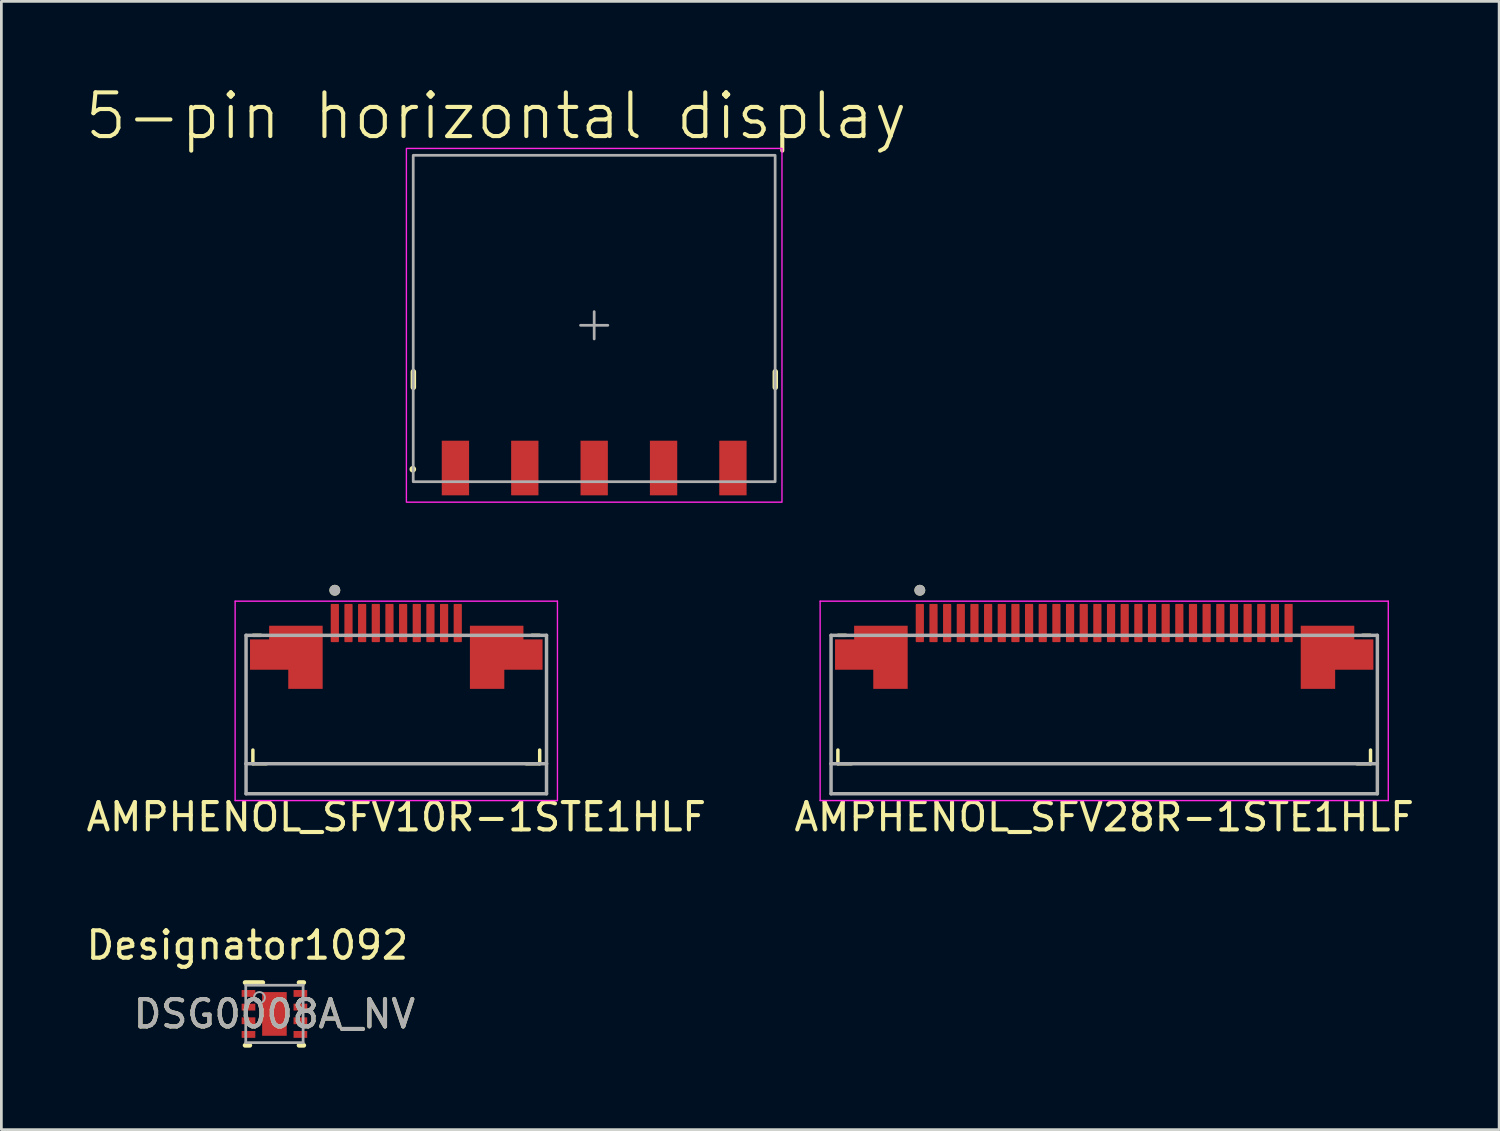
<source format=kicad_pcb>
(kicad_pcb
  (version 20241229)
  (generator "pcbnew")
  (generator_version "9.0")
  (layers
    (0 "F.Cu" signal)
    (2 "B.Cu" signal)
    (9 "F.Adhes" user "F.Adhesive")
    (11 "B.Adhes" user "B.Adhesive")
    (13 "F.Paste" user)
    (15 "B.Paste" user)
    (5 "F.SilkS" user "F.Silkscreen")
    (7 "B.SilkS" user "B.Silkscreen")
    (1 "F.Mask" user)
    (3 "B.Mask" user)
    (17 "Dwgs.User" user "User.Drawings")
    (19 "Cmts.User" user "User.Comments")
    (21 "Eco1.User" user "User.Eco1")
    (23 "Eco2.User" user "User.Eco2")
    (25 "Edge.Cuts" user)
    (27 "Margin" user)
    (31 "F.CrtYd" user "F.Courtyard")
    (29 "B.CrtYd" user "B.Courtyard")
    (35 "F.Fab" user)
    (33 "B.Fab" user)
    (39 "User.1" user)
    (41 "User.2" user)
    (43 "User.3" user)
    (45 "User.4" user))
  (footprint "DSG0008A_NV"
    (layer "F.Cu")
    (at 6.997 34.07)
    (property "Reference" "DSG0008A_NV" (at 0 0 0) (unlocked yes) (layer "F.SilkS") (effects (font (size 1 1) (thickness 0.15))))
    (attr smd)
    (fp_line (start -1.075 -1.15) (end -0.425 -1.15) (stroke (width 0.17) (type solid)) (layer "F.SilkS"))
    (fp_line (start -1.075 1.15) (end -0.9 1.15) (stroke (width 0.17) (type solid)) (layer "F.SilkS"))
    (fp_line (start 0.9 -1.15) (end 1.075 -1.15) (stroke (width 0.17) (type solid)) (layer "F.SilkS"))
    (fp_line (start 0.9 1.15) (end 1.075 1.15) (stroke (width 0.17) (type solid)) (layer "F.SilkS"))
    (fp_poly (pts (xy -0.45 -0.149) (xy -0.45 -0.751) (xy -0.449 -0.761) (xy -0.446 -0.77) (xy -0.442 -0.778) (xy -0.436 -0.786) (xy -0.428 -0.792) (xy -0.42 -0.796) (xy -0.411 -0.799) (xy -0.401 -0.8) (xy 0.401 -0.8) (xy 0.411 -0.799) (xy 0.42 -0.796) (xy 0.428 -0.792) (xy 0.436 -0.786) (xy 0.442 -0.778) (xy 0.446 -0.77) (xy 0.449 -0.761) (xy 0.45 -0.751) (xy 0.45 -0.149) (xy 0.449 -0.139) (xy 0.446 -0.13) (xy 0.442 -0.122) (xy 0.436 -0.114) (xy 0.428 -0.108) (xy 0.42 -0.104) (xy 0.411 -0.101) (xy 0.401 -0.1) (xy -0.401 -0.1) (xy -0.411 -0.101) (xy -0.42 -0.104) (xy -0.428 -0.108) (xy -0.436 -0.114) (xy -0.442 -0.122) (xy -0.446 -0.13) (xy -0.449 -0.139)) (stroke (width 0) (type solid)) (fill yes) (layer "F.Paste"))
    (fp_poly (pts (xy -0.45 0.751) (xy -0.45 0.149) (xy -0.449 0.139) (xy -0.446 0.13) (xy -0.442 0.122) (xy -0.436 0.114) (xy -0.428 0.108) (xy -0.42 0.104) (xy -0.411 0.101) (xy -0.401 0.1) (xy 0.401 0.1) (xy 0.411 0.101) (xy 0.42 0.104) (xy 0.428 0.108) (xy 0.436 0.114) (xy 0.442 0.122) (xy 0.446 0.13) (xy 0.449 0.139) (xy 0.45 0.149) (xy 0.45 0.751) (xy 0.449 0.761) (xy 0.446 0.77) (xy 0.442 0.778) (xy 0.436 0.786) (xy 0.428 0.792) (xy 0.42 0.796) (xy 0.411 0.799) (xy 0.401 0.8) (xy -0.401 0.8) (xy -0.411 0.799) (xy -0.42 0.796) (xy -0.428 0.792) (xy -0.436 0.786) (xy -0.442 0.778) (xy -0.446 0.77) (xy -0.449 0.761)) (stroke (width 0) (type solid)) (fill yes) (layer "F.Paste"))
    (fp_line (start -1.05 -1.05) (end 1.05 -1.05) (stroke (width 0.1) (type solid)) (layer "F.Fab"))
    (fp_line (start -1.05 1.05) (end -1.05 -1.05) (stroke (width 0.1) (type solid)) (layer "F.Fab"))
    (fp_line (start -1.05 1.05) (end 1.05 1.05) (stroke (width 0.1) (type solid)) (layer "F.Fab"))
    (fp_line (start 1.05 1.05) (end 1.05 -1.05) (stroke (width 0.1) (type solid)) (layer "F.Fab"))
    (fp_circle (center -0.55 -0.6) (end -0.35 -0.6) (stroke (width 0.07) (type solid)) (fill no) (layer "F.Fab"))
    (fp_text user "Designator1092" (at -0.991 -2.515 0) (unlocked yes) (layer "F.SilkS") (effects (font (size 1 1) (thickness 0.15))))
    (fp_text user "${REFERENCE}" (at 0 0 0) (unlocked yes) (layer "F.Fab") (effects (font (size 1 1) (thickness 0.15))))
    (pad "1" smd rect (at -0.95 -0.75 90) (size 0.25 0.5) (layers "F.Cu" "F.Mask" "F.Paste"))
    (pad "2" smd rect (at -0.95 -0.25 90) (size 0.25 0.5) (layers "F.Cu" "F.Mask" "F.Paste"))
    (pad "3" smd rect (at -0.95 0.25 90) (size 0.25 0.5) (layers "F.Cu" "F.Mask" "F.Paste"))
    (pad "4" smd rect (at -0.95 0.75 90) (size 0.25 0.5) (layers "F.Cu" "F.Mask" "F.Paste"))
    (pad "5" smd rect (at 0.95 0.75 90) (size 0.25 0.5) (layers "F.Cu" "F.Mask" "F.Paste"))
    (pad "6" smd rect (at 0.95 0.25 90) (size 0.25 0.5) (layers "F.Cu" "F.Mask" "F.Paste"))
    (pad "7" smd rect (at 0.95 -0.25 90) (size 0.25 0.5) (layers "F.Cu" "F.Mask" "F.Paste"))
    (pad "8" smd rect (at 0.95 -0.75 90) (size 0.25 0.5) (layers "F.Cu" "F.Mask" "F.Paste"))
    (pad "9" smd rect (at 0 0) (size 0.9 1.6) (layers "F.Cu" "F.Mask" "F.Paste")))
  (footprint "AMPHENOL_SFV10R-1STE1HLF"
    (layer "F.Cu")
    (at 11.458 22.559)
    (property "Reference" "AMPHENOL_SFV10R-1STE1HLF" (at 0 4.3 0) (layer "F.SilkS") (effects (font (size 1 1) (thickness 0.15))))
    (attr smd)
    (fp_line (start -5.25 1.85) (end -5.25 2.35) (stroke (width 0.127) (type solid)) (layer "F.SilkS"))
    (fp_line (start -5.25 2.35) (end -4.75 2.35) (stroke (width 0.127) (type solid)) (layer "F.SilkS"))
    (fp_line (start -4.96 -2.35) (end -5.24 -2.35) (stroke (width 0.127) (type solid)) (layer "F.SilkS"))
    (fp_line (start 5.24 -2.35) (end 4.96 -2.35) (stroke (width 0.127) (type solid)) (layer "F.SilkS"))
    (fp_line (start 5.25 2.35) (end 4.75 2.35) (stroke (width 0.127) (type solid)) (layer "F.SilkS"))
    (fp_line (start 5.25 2.35) (end 5.25 1.85) (stroke (width 0.127) (type solid)) (layer "F.SilkS"))
    (fp_circle (center -2.25 -4) (end -2.15 -4) (stroke (width 0.2) (type solid)) (fill no) (layer "F.SilkS"))
    (fp_line (start -5.9 -3.6) (end -5.9 3.7) (stroke (width 0.05) (type solid)) (layer "F.CrtYd"))
    (fp_line (start -5.9 3.7) (end 5.9 3.7) (stroke (width 0.05) (type solid)) (layer "F.CrtYd"))
    (fp_line (start 5.9 -3.6) (end -5.9 -3.6) (stroke (width 0.05) (type solid)) (layer "F.CrtYd"))
    (fp_line (start 5.9 3.7) (end 5.9 -3.6) (stroke (width 0.05) (type solid)) (layer "F.CrtYd"))
    (fp_line (start -5.5 -2.35) (end -5.5 2.35) (stroke (width 0.127) (type solid)) (layer "F.Fab"))
    (fp_line (start -5.5 2.35) (end -5.5 3.45) (stroke (width 0.127) (type solid)) (layer "F.Fab"))
    (fp_line (start -5.5 2.35) (end 5.5 2.35) (stroke (width 0.127) (type solid)) (layer "F.Fab"))
    (fp_line (start -5.5 3.45) (end 5.5 3.45) (stroke (width 0.127) (type solid)) (layer "F.Fab"))
    (fp_line (start 5.5 -2.35) (end -5.5 -2.35) (stroke (width 0.127) (type solid)) (layer "F.Fab"))
    (fp_line (start 5.5 2.35) (end 5.5 -2.35) (stroke (width 0.127) (type solid)) (layer "F.Fab"))
    (fp_line (start 5.5 3.45) (end 5.5 2.35) (stroke (width 0.127) (type solid)) (layer "F.Fab"))
    (fp_circle (center -2.25 -4) (end -2.15 -4) (stroke (width 0.2) (type solid)) (fill no) (layer "F.Fab"))
    (pad "1" smd roundrect (at -2.25 -2.8) (size 0.3 1.4) (layers "F.Cu" "F.Mask" "F.Paste") (roundrect_rratio 0.1))
    (pad "2" smd roundrect (at -1.75 -2.8) (size 0.3 1.4) (layers "F.Cu" "F.Mask" "F.Paste") (roundrect_rratio 0.1))
    (pad "3" smd roundrect (at -1.25 -2.8) (size 0.3 1.4) (layers "F.Cu" "F.Mask" "F.Paste") (roundrect_rratio 0.1))
    (pad "4" smd roundrect (at -0.75 -2.8) (size 0.3 1.4) (layers "F.Cu" "F.Mask" "F.Paste") (roundrect_rratio 0.1))
    (pad "5" smd roundrect (at -0.25 -2.8) (size 0.3 1.4) (layers "F.Cu" "F.Mask" "F.Paste") (roundrect_rratio 0.1))
    (pad "6" smd roundrect (at 0.25 -2.8) (size 0.3 1.4) (layers "F.Cu" "F.Mask" "F.Paste") (roundrect_rratio 0.1))
    (pad "7" smd roundrect (at 0.75 -2.8) (size 0.3 1.4) (layers "F.Cu" "F.Mask" "F.Paste") (roundrect_rratio 0.1))
    (pad "8" smd roundrect (at 1.25 -2.8) (size 0.3 1.4) (layers "F.Cu" "F.Mask" "F.Paste") (roundrect_rratio 0.1))
    (pad "9" smd roundrect (at 1.75 -2.8) (size 0.3 1.4) (layers "F.Cu" "F.Mask" "F.Paste") (roundrect_rratio 0.1))
    (pad "10" smd roundrect (at 2.25 -2.8) (size 0.3 1.4) (layers "F.Cu" "F.Mask" "F.Paste") (roundrect_rratio 0.1))
    (pad "MP" smd custom (at -3.75 -1.895) (size 0.5 0.5) (layers "F.Cu" "F.Mask" "F.Paste") (options (anchor rect)) (primitives (gr_poly (pts (xy -1.6 -0.3) (xy -0.9 -0.3) (xy -0.9 -0.8) (xy 1.05 -0.8) (xy 1.05 1.5) (xy -0.2 1.5) (xy -0.2 0.8) (xy -1.6 0.8)) (width 0.01) (fill yes))))
    (pad "MP" smd custom (at 3.75 -1.895) (size 0.5 0.5) (layers "F.Cu" "F.Mask" "F.Paste") (options (anchor rect)) (primitives (gr_poly (pts (xy 1.6 -0.3) (xy 0.9 -0.3) (xy 0.9 -0.8) (xy -1.05 -0.8) (xy -1.05 1.5) (xy 0.2 1.5) (xy 0.2 0.8) (xy 1.6 0.8)) (width 0.01) (fill yes)))))
  (footprint "5-pin horizontal display"
    (layer "F.Cu")
    (at 18.703 8.859)
    (property "Reference" "5-pin horizontal display" (at -3.59 -7.66 0) (layer "F.SilkS") (effects (font (size 1.6 1.6) (thickness 0.15))))
    (attr smd)
    (fp_line (start -6.62 1.7) (end -6.62 2.272) (stroke (width 0.2) (type solid)) (layer "F.SilkS"))
    (fp_line (start 6.63 1.7) (end 6.63 2.272) (stroke (width 0.2) (type solid)) (layer "F.SilkS"))
    (fp_circle (center -6.64 5.27) (end -6.62 5.28) (stroke (width 0.1) (type default)) (fill no) (layer "F.SilkS"))
    (fp_rect (start -6.875 -6.475) (end 6.875 6.475) (stroke (width 0.05) (type solid)) (fill no) (layer "F.CrtYd"))
    (fp_line (start -0.5 0) (end 0.5 0) (stroke (width 0.1) (type solid)) (layer "F.Fab"))
    (fp_line (start 0 0.5) (end 0 -0.5) (stroke (width 0.1) (type solid)) (layer "F.Fab"))
    (fp_rect (start -6.625 -6.223) (end 6.625 5.727) (stroke (width 0.1) (type solid)) (fill no) (layer "F.Fab"))
    (pad "1" smd rect (at -5.08 5.225) (size 1 2) (layers "F.Cu" "F.Mask" "F.Paste"))
    (pad "2" smd rect (at -2.54 5.225) (size 1 2) (layers "F.Cu" "F.Mask" "F.Paste"))
    (pad "3" smd rect (at 0 5.225) (size 1 2) (layers "F.Cu" "F.Mask" "F.Paste"))
    (pad "4" smd rect (at 2.54 5.225) (size 1 2) (layers "F.Cu" "F.Mask" "F.Paste"))
    (pad "5" smd rect (at 5.08 5.225) (size 1 2) (layers "F.Cu" "F.Mask" "F.Paste")))
  (footprint "AMPHENOL_SFV28R-1STE1HLF"
    (layer "F.Cu")
    (at 37.375 22.559)
    (property "Reference" "AMPHENOL_SFV28R-1STE1HLF" (at 0 4.3 0) (layer "F.SilkS") (effects (font (size 1 1) (thickness 0.15))))
    (attr smd)
    (fp_line (start -9.75 1.85) (end -9.75 2.35) (stroke (width 0.127) (type solid)) (layer "F.SilkS"))
    (fp_line (start -9.75 2.35) (end -9.25 2.35) (stroke (width 0.127) (type solid)) (layer "F.SilkS"))
    (fp_line (start -9.46 -2.35) (end -9.74 -2.35) (stroke (width 0.127) (type solid)) (layer "F.SilkS"))
    (fp_line (start 9.74 -2.35) (end 9.46 -2.35) (stroke (width 0.127) (type solid)) (layer "F.SilkS"))
    (fp_line (start 9.75 2.35) (end 9.25 2.35) (stroke (width 0.127) (type solid)) (layer "F.SilkS"))
    (fp_line (start 9.75 2.35) (end 9.75 1.85) (stroke (width 0.127) (type solid)) (layer "F.SilkS"))
    (fp_circle (center -6.75 -4) (end -6.65 -4) (stroke (width 0.2) (type solid)) (fill no) (layer "F.SilkS"))
    (fp_line (start -10.4 -3.6) (end -10.4 3.7) (stroke (width 0.05) (type solid)) (layer "F.CrtYd"))
    (fp_line (start -10.4 3.7) (end 10.4 3.7) (stroke (width 0.05) (type solid)) (layer "F.CrtYd"))
    (fp_line (start 10.4 -3.6) (end -10.4 -3.6) (stroke (width 0.05) (type solid)) (layer "F.CrtYd"))
    (fp_line (start 10.4 3.7) (end 10.4 -3.6) (stroke (width 0.05) (type solid)) (layer "F.CrtYd"))
    (fp_line (start -10 -2.35) (end -10 2.35) (stroke (width 0.127) (type solid)) (layer "F.Fab"))
    (fp_line (start -10 2.35) (end -10 3.45) (stroke (width 0.127) (type solid)) (layer "F.Fab"))
    (fp_line (start -10 2.35) (end 10 2.35) (stroke (width 0.127) (type solid)) (layer "F.Fab"))
    (fp_line (start -10 3.45) (end 10 3.45) (stroke (width 0.127) (type solid)) (layer "F.Fab"))
    (fp_line (start 10 -2.35) (end -10 -2.35) (stroke (width 0.127) (type solid)) (layer "F.Fab"))
    (fp_line (start 10 2.35) (end 10 -2.35) (stroke (width 0.127) (type solid)) (layer "F.Fab"))
    (fp_line (start 10 3.45) (end 10 2.35) (stroke (width 0.127) (type solid)) (layer "F.Fab"))
    (fp_circle (center -6.75 -4) (end -6.65 -4) (stroke (width 0.2) (type solid)) (fill no) (layer "F.Fab"))
    (pad "1" smd roundrect (at -6.75 -2.8) (size 0.3 1.4) (layers "F.Cu" "F.Mask" "F.Paste") (roundrect_rratio 0.1))
    (pad "2" smd roundrect (at -6.25 -2.8) (size 0.3 1.4) (layers "F.Cu" "F.Mask" "F.Paste") (roundrect_rratio 0.1))
    (pad "3" smd roundrect (at -5.75 -2.8) (size 0.3 1.4) (layers "F.Cu" "F.Mask" "F.Paste") (roundrect_rratio 0.1))
    (pad "4" smd roundrect (at -5.25 -2.8) (size 0.3 1.4) (layers "F.Cu" "F.Mask" "F.Paste") (roundrect_rratio 0.1))
    (pad "5" smd roundrect (at -4.75 -2.8) (size 0.3 1.4) (layers "F.Cu" "F.Mask" "F.Paste") (roundrect_rratio 0.1))
    (pad "6" smd roundrect (at -4.25 -2.8) (size 0.3 1.4) (layers "F.Cu" "F.Mask" "F.Paste") (roundrect_rratio 0.1))
    (pad "7" smd roundrect (at -3.75 -2.8) (size 0.3 1.4) (layers "F.Cu" "F.Mask" "F.Paste") (roundrect_rratio 0.1))
    (pad "8" smd roundrect (at -3.25 -2.8) (size 0.3 1.4) (layers "F.Cu" "F.Mask" "F.Paste") (roundrect_rratio 0.1))
    (pad "9" smd roundrect (at -2.75 -2.8) (size 0.3 1.4) (layers "F.Cu" "F.Mask" "F.Paste") (roundrect_rratio 0.1))
    (pad "10" smd roundrect (at -2.25 -2.8) (size 0.3 1.4) (layers "F.Cu" "F.Mask" "F.Paste") (roundrect_rratio 0.1))
    (pad "11" smd roundrect (at -1.75 -2.8) (size 0.3 1.4) (layers "F.Cu" "F.Mask" "F.Paste") (roundrect_rratio 0.1))
    (pad "12" smd roundrect (at -1.25 -2.8) (size 0.3 1.4) (layers "F.Cu" "F.Mask" "F.Paste") (roundrect_rratio 0.1))
    (pad "13" smd roundrect (at -0.75 -2.8) (size 0.3 1.4) (layers "F.Cu" "F.Mask" "F.Paste") (roundrect_rratio 0.1))
    (pad "14" smd roundrect (at -0.25 -2.8) (size 0.3 1.4) (layers "F.Cu" "F.Mask" "F.Paste") (roundrect_rratio 0.1))
    (pad "15" smd roundrect (at 0.25 -2.8) (size 0.3 1.4) (layers "F.Cu" "F.Mask" "F.Paste") (roundrect_rratio 0.1))
    (pad "16" smd roundrect (at 0.75 -2.8) (size 0.3 1.4) (layers "F.Cu" "F.Mask" "F.Paste") (roundrect_rratio 0.1))
    (pad "17" smd roundrect (at 1.25 -2.8) (size 0.3 1.4) (layers "F.Cu" "F.Mask" "F.Paste") (roundrect_rratio 0.1))
    (pad "18" smd roundrect (at 1.75 -2.8) (size 0.3 1.4) (layers "F.Cu" "F.Mask" "F.Paste") (roundrect_rratio 0.1))
    (pad "19" smd roundrect (at 2.25 -2.8) (size 0.3 1.4) (layers "F.Cu" "F.Mask" "F.Paste") (roundrect_rratio 0.1))
    (pad "20" smd roundrect (at 2.75 -2.8) (size 0.3 1.4) (layers "F.Cu" "F.Mask" "F.Paste") (roundrect_rratio 0.1))
    (pad "21" smd roundrect (at 3.25 -2.8) (size 0.3 1.4) (layers "F.Cu" "F.Mask" "F.Paste") (roundrect_rratio 0.1))
    (pad "22" smd roundrect (at 3.75 -2.8) (size 0.3 1.4) (layers "F.Cu" "F.Mask" "F.Paste") (roundrect_rratio 0.1))
    (pad "23" smd roundrect (at 4.25 -2.8) (size 0.3 1.4) (layers "F.Cu" "F.Mask" "F.Paste") (roundrect_rratio 0.1))
    (pad "24" smd roundrect (at 4.75 -2.8) (size 0.3 1.4) (layers "F.Cu" "F.Mask" "F.Paste") (roundrect_rratio 0.1))
    (pad "25" smd roundrect (at 5.25 -2.8) (size 0.3 1.4) (layers "F.Cu" "F.Mask" "F.Paste") (roundrect_rratio 0.1))
    (pad "26" smd roundrect (at 5.75 -2.8) (size 0.3 1.4) (layers "F.Cu" "F.Mask" "F.Paste") (roundrect_rratio 0.1))
    (pad "27" smd roundrect (at 6.25 -2.8) (size 0.3 1.4) (layers "F.Cu" "F.Mask" "F.Paste") (roundrect_rratio 0.1))
    (pad "28" smd roundrect (at 6.75 -2.8) (size 0.3 1.4) (layers "F.Cu" "F.Mask" "F.Paste") (roundrect_rratio 0.1))
    (pad "MP" smd custom (at -8.25 -1.895) (size 0.5 0.5) (layers "F.Cu" "F.Mask" "F.Paste") (options (anchor rect)) (primitives (gr_poly (pts (xy -1.6 -0.3) (xy -0.9 -0.3) (xy -0.9 -0.8) (xy 1.05 -0.8) (xy 1.05 1.5) (xy -0.2 1.5) (xy -0.2 0.8) (xy -1.6 0.8)) (width 0.01) (fill yes))))
    (pad "MP" smd custom (at 8.25 -1.895) (size 0.5 0.5) (layers "F.Cu" "F.Mask" "F.Paste") (options (anchor rect)) (primitives (gr_poly (pts (xy 1.6 -0.3) (xy 0.9 -0.3) (xy 0.9 -0.8) (xy -1.05 -0.8) (xy -1.05 1.5) (xy 0.2 1.5) (xy 0.2 0.8) (xy 1.6 0.8)) (width 0.01) (fill yes)))))
  (gr_rect
    (start -3 -3)
    (end 51.833 38.305)
    (stroke (width 0.1) (type default))
    (fill no)
    (layer "Edge.Cuts")))
</source>
